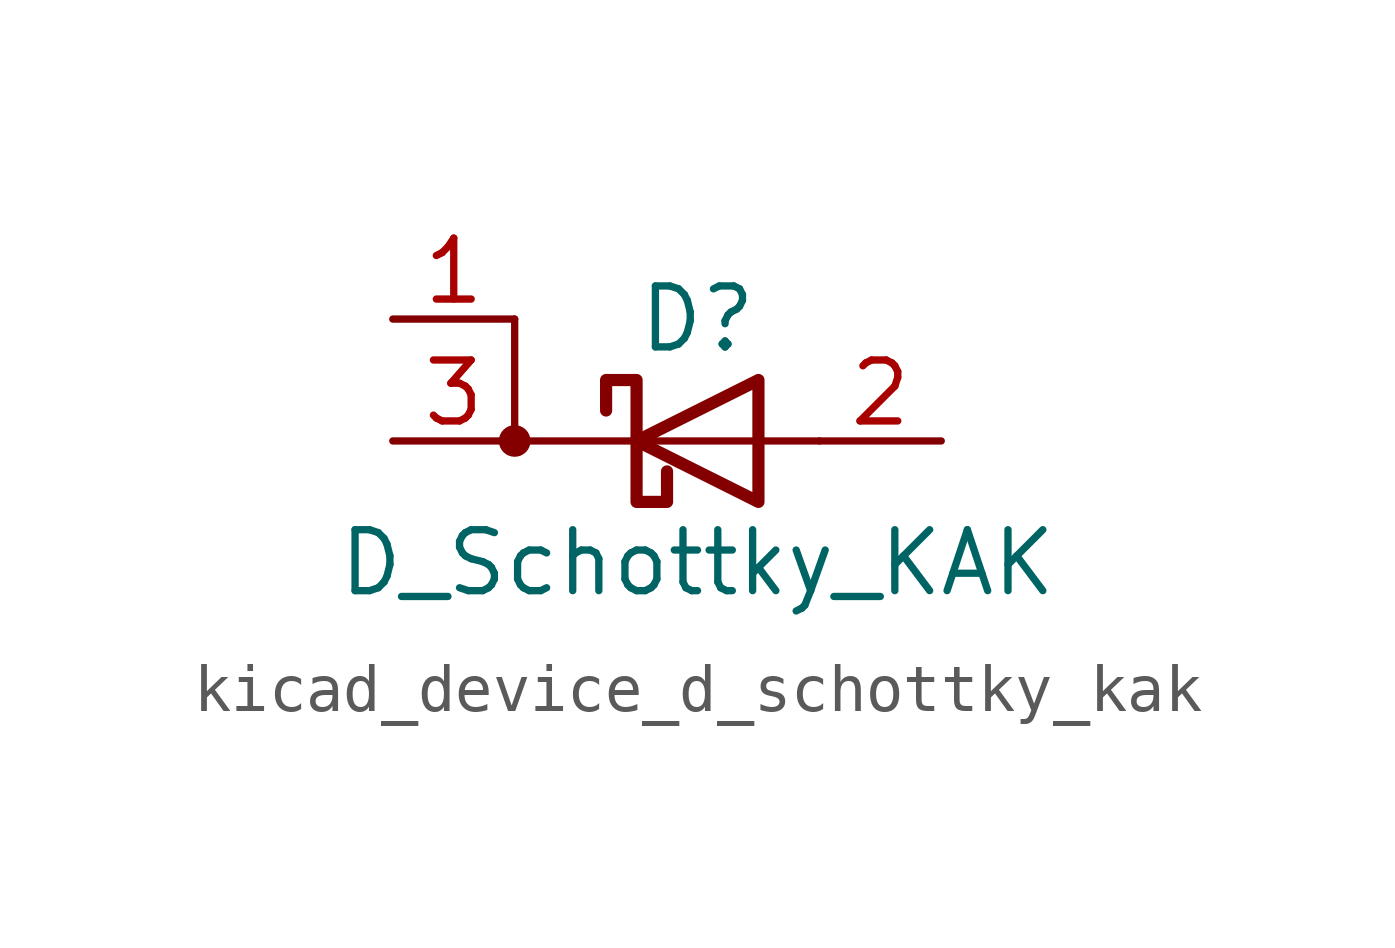
<source format=kicad_sym>
(kicad_symbol_lib
  (version 20220914)
  (generator kicad_symbol_editor)
  (symbol "kicad_device_d_schottky_kak"
    (pin_names
      (offset 0) hide)
    (property "Reference" "D"
      (at 0 2.54 0)
      (effects (font (size 1.27 1.27))))
    (property "Value" "D_Schottky_KAK"
      (at 0 -2.54 0)
      (effects (font (size 1.27 1.27))))
    (symbol "kicad_device_d_schottky_kak_0_1"
      (circle (center -3.81 0) (radius 0.254) (stroke (width 0) (type default)) (fill (type outline)))
      (polyline (pts (xy -3.81 2.54) (xy -3.81 0) (xy 2.54 0)) (stroke (width 0) (type default)) (fill (type none)))
      (polyline (pts (xy 1.27 1.27) (xy 1.27 -1.27) (xy -1.27 0) (xy 1.27 1.27)) (stroke (width 0.254) (type default)) (fill (type none)))
      (polyline (pts (xy -1.905 0.635) (xy -1.905 1.27) (xy -1.27 1.27) (xy -1.27 -1.27) (xy -0.635 -1.27) (xy -0.635 -0.635)) (stroke (width 0.254) (type default)) (fill (type none))))
    (symbol "kicad_device_d_schottky_kak_1_1"
      (pin passive line (at -6.35 2.54 0) (length 2.54) (name "K" (effects (font (size 1.27 1.27)))) (number "1" (effects (font (size 1.27 1.27)))))
      (pin passive line (at 5.08 0 180) (length 2.54) (name "A" (effects (font (size 1.27 1.27)))) (number "2" (effects (font (size 1.27 1.27)))))
      (pin passive line (at -6.35 0 0) (length 2.54) (name "K" (effects (font (size 1.27 1.27)))) (number "3" (effects (font (size 1.27 1.27))))))))
</source>
